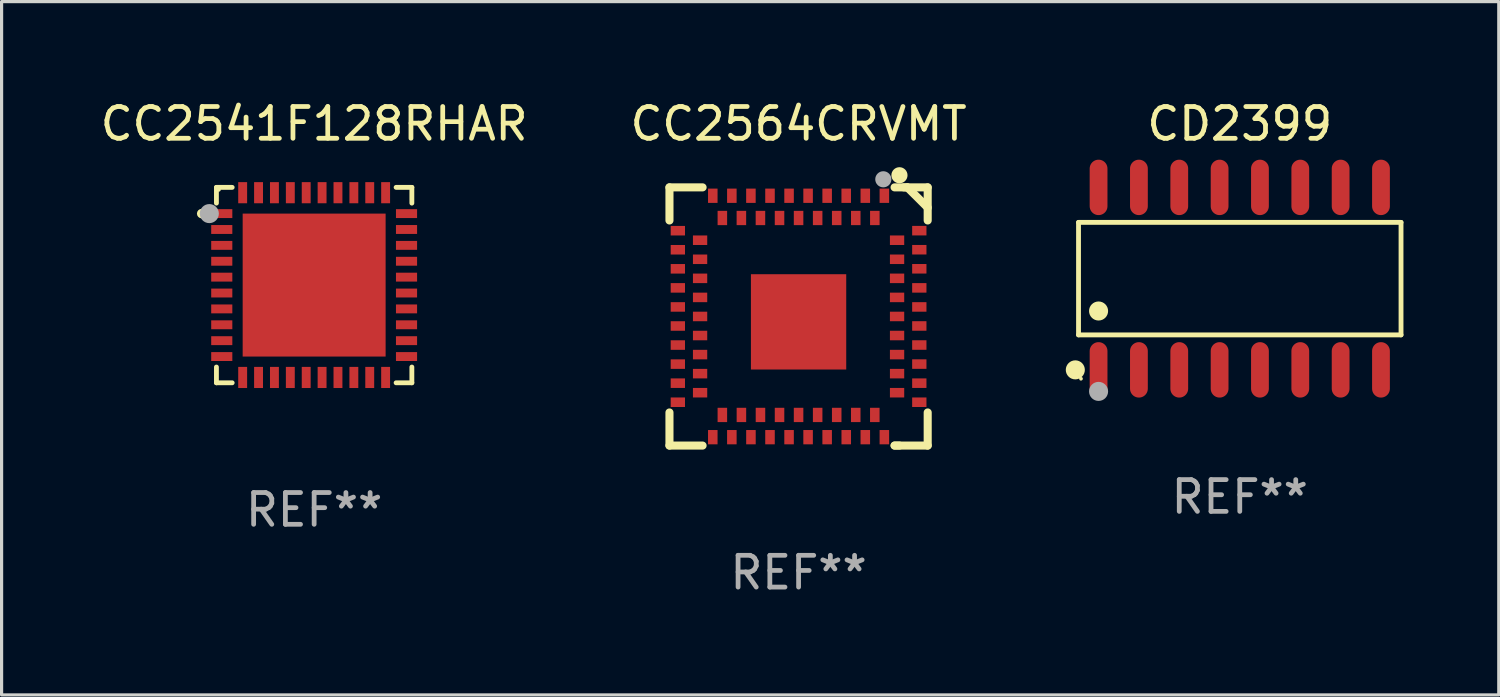
<source format=kicad_pcb>
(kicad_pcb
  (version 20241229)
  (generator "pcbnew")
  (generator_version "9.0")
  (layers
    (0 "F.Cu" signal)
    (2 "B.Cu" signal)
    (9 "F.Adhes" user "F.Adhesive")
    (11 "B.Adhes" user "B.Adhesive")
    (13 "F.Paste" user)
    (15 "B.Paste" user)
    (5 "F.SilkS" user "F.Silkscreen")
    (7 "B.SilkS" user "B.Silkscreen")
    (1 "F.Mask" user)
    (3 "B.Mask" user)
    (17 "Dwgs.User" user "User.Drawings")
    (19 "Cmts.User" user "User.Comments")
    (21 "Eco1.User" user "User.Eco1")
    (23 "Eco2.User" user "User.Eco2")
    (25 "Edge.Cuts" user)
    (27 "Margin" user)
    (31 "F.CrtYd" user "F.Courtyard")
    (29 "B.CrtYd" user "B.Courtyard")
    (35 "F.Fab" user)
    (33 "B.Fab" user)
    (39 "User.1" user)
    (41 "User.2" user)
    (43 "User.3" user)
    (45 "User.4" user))
  (footprint "CC2564CRVMT"
    (layer "F.Cu")
    (at 22.089 6.912)
    (property "Reference" "CC2564CRVMT" (at 0 -6.064 0) (layer "F.SilkS") (effects (font (size 1 1) (thickness 0.15))))
    (attr through_hole)
    (fp_line (start -4.065 -4.064) (end -4.065 -3.022) (stroke (width 0.254) (type solid)) (layer "F.SilkS"))
    (fp_line (start -4.065 3.022) (end -4.065 4.064) (stroke (width 0.254) (type solid)) (layer "F.SilkS"))
    (fp_line (start -4.065 4.064) (end -3.022 4.064) (stroke (width 0.254) (type solid)) (layer "F.SilkS"))
    (fp_line (start -3.022 -4.064) (end -4.065 -4.064) (stroke (width 0.254) (type solid)) (layer "F.SilkS"))
    (fp_line (start 3.022 4.064) (end 3.175 4.064) (stroke (width 0.254) (type solid)) (layer "F.SilkS"))
    (fp_line (start 3.022 4.064) (end 4.064 4.064) (stroke (width 0.254) (type solid)) (layer "F.SilkS"))
    (fp_line (start 3.424 -4.064) (end 3.313 -4.064) (stroke (width 0.254) (type solid)) (layer "F.SilkS"))
    (fp_line (start 4.064 -4.064) (end 3.022 -4.064) (stroke (width 0.254) (type solid)) (layer "F.SilkS"))
    (fp_line (start 4.064 -3.022) (end 4.064 -4.064) (stroke (width 0.254) (type solid)) (layer "F.SilkS"))
    (fp_line (start 4.064 4.064) (end 4.064 3.022) (stroke (width 0.254) (type solid)) (layer "F.SilkS"))
    (fp_line (start 4.065 -3.426) (end 3.424 -4.064) (stroke (width 0.254) (type solid)) (layer "F.SilkS"))
    (fp_circle (center 3.175 -4.445) (end 3.302 -4.445) (stroke (width 0.254) (type solid)) (fill no) (layer "F.SilkS"))
    (fp_circle (center 4 -4) (end 4.03 -4) (stroke (width 0.06) (type solid)) (fill no) (layer "F.SilkS"))
    (fp_circle (center 2.667 -4.318) (end 2.794 -4.318) (stroke (width 0.254) (type solid)) (fill no) (layer "F.Fab"))
    (fp_text user "REF**" (at 0 8.064 0) (layer "F.Fab") (effects (font (size 1 1) (thickness 0.15))))
    (pad "A1" smd rect (at 2.7 -3.8) (size 0.3 0.45) (layers "F.Cu" "F.Mask" "F.Paste"))
    (pad "A2" smd rect (at 2.1 -3.8) (size 0.3 0.45) (layers "F.Cu" "F.Mask" "F.Paste"))
    (pad "A3" smd rect (at 1.499 -3.8) (size 0.3 0.45) (layers "F.Cu" "F.Mask" "F.Paste"))
    (pad "A4" smd rect (at 0.899 -3.8) (size 0.3 0.45) (layers "F.Cu" "F.Mask" "F.Paste"))
    (pad "A5" smd rect (at 0.299 -3.8) (size 0.3 0.45) (layers "F.Cu" "F.Mask" "F.Paste"))
    (pad "A6" smd rect (at -0.3 -3.8) (size 0.3 0.45) (layers "F.Cu" "F.Mask" "F.Paste"))
    (pad "A7" smd rect (at -0.9 -3.8) (size 0.3 0.45) (layers "F.Cu" "F.Mask" "F.Paste"))
    (pad "A8" smd rect (at -1.501 -3.8) (size 0.3 0.45) (layers "F.Cu" "F.Mask" "F.Paste"))
    (pad "A9" smd rect (at -2.101 -3.8) (size 0.3 0.45) (layers "F.Cu" "F.Mask" "F.Paste"))
    (pad "A10" smd rect (at -2.701 -3.8) (size 0.3 0.45) (layers "F.Cu" "F.Mask" "F.Paste"))
    (pad "A11" smd rect (at -3.801 -2.7 90) (size 0.3 0.45) (layers "F.Cu" "F.Mask" "F.Paste"))
    (pad "A12" smd rect (at -3.801 -2.1 90) (size 0.3 0.45) (layers "F.Cu" "F.Mask" "F.Paste"))
    (pad "A13" smd rect (at -3.801 -1.5 90) (size 0.3 0.45) (layers "F.Cu" "F.Mask" "F.Paste"))
    (pad "A14" smd rect (at -3.801 -0.9 90) (size 0.3 0.45) (layers "F.Cu" "F.Mask" "F.Paste"))
    (pad "A15" smd rect (at -3.801 -0.3 90) (size 0.3 0.45) (layers "F.Cu" "F.Mask" "F.Paste"))
    (pad "A16" smd rect (at -3.801 0.3 90) (size 0.3 0.45) (layers "F.Cu" "F.Mask" "F.Paste"))
    (pad "A17" smd rect (at -3.801 0.9 90) (size 0.3 0.45) (layers "F.Cu" "F.Mask" "F.Paste"))
    (pad "A18" smd rect (at -3.801 1.5 90) (size 0.3 0.45) (layers "F.Cu" "F.Mask" "F.Paste"))
    (pad "A19" smd rect (at -3.801 2.1 90) (size 0.3 0.45) (layers "F.Cu" "F.Mask" "F.Paste"))
    (pad "A20" smd rect (at -3.801 2.7 90) (size 0.3 0.45) (layers "F.Cu" "F.Mask" "F.Paste"))
    (pad "A21" smd rect (at -2.701 3.8) (size 0.3 0.45) (layers "F.Cu" "F.Mask" "F.Paste"))
    (pad "A22" smd rect (at -2.101 3.8) (size 0.3 0.45) (layers "F.Cu" "F.Mask" "F.Paste"))
    (pad "A23" smd rect (at -1.5 3.8) (size 0.3 0.45) (layers "F.Cu" "F.Mask" "F.Paste"))
    (pad "A24" smd rect (at -0.9 3.8) (size 0.3 0.45) (layers "F.Cu" "F.Mask" "F.Paste"))
    (pad "A25" smd rect (at -0.3 3.8) (size 0.3 0.45) (layers "F.Cu" "F.Mask" "F.Paste"))
    (pad "A26" smd rect (at 0.299 3.8) (size 0.3 0.45) (layers "F.Cu" "F.Mask" "F.Paste"))
    (pad "A27" smd rect (at 0.899 3.8) (size 0.3 0.45) (layers "F.Cu" "F.Mask" "F.Paste"))
    (pad "A28" smd rect (at 1.5 3.8) (size 0.3 0.45) (layers "F.Cu" "F.Mask" "F.Paste"))
    (pad "A29" smd rect (at 2.1 3.8) (size 0.3 0.45) (layers "F.Cu" "F.Mask" "F.Paste"))
    (pad "A30" smd rect (at 2.7 3.8) (size 0.3 0.45) (layers "F.Cu" "F.Mask" "F.Paste"))
    (pad "A31" smd rect (at 3.8 2.7 90) (size 0.3 0.45) (layers "F.Cu" "F.Mask" "F.Paste"))
    (pad "A32" smd rect (at 3.8 2.1 90) (size 0.3 0.45) (layers "F.Cu" "F.Mask" "F.Paste"))
    (pad "A33" smd rect (at 3.8 1.499 90) (size 0.3 0.45) (layers "F.Cu" "F.Mask" "F.Paste"))
    (pad "A34" smd rect (at 3.8 0.899 90) (size 0.3 0.45) (layers "F.Cu" "F.Mask" "F.Paste"))
    (pad "A35" smd rect (at 3.8 0.299 90) (size 0.3 0.45) (layers "F.Cu" "F.Mask" "F.Paste"))
    (pad "A36" smd rect (at 3.8 -0.3 90) (size 0.3 0.45) (layers "F.Cu" "F.Mask" "F.Paste"))
    (pad "A37" smd rect (at 3.8 -0.9 90) (size 0.3 0.45) (layers "F.Cu" "F.Mask" "F.Paste"))
    (pad "A38" smd rect (at 3.8 -1.501 90) (size 0.3 0.45) (layers "F.Cu" "F.Mask" "F.Paste"))
    (pad "A39" smd rect (at 3.8 -2.101 90) (size 0.3 0.45) (layers "F.Cu" "F.Mask" "F.Paste"))
    (pad "A40" smd rect (at 3.8 -2.701 90) (size 0.3 0.45) (layers "F.Cu" "F.Mask" "F.Paste"))
    (pad "B1" smd rect (at 2.4 -3.1) (size 0.3 0.45) (layers "F.Cu" "F.Mask" "F.Paste"))
    (pad "B2" smd rect (at 1.8 -3.1) (size 0.3 0.45) (layers "F.Cu" "F.Mask" "F.Paste"))
    (pad "B3" smd rect (at 1.2 -3.1) (size 0.3 0.45) (layers "F.Cu" "F.Mask" "F.Paste"))
    (pad "B4" smd rect (at 0.6 -3.1) (size 0.3 0.45) (layers "F.Cu" "F.Mask" "F.Paste"))
    (pad "B5" smd rect (at -0.000495 -3.1) (size 0.3 0.45) (layers "F.Cu" "F.Mask" "F.Paste"))
    (pad "B6" smd rect (at -0.6 -3.1) (size 0.3 0.45) (layers "F.Cu" "F.Mask" "F.Paste"))
    (pad "B7" smd rect (at -1.201 -3.1) (size 0.3 0.45) (layers "F.Cu" "F.Mask" "F.Paste"))
    (pad "B8" smd rect (at -1.801 -3.1) (size 0.3 0.45) (layers "F.Cu" "F.Mask" "F.Paste"))
    (pad "B9" smd rect (at -2.4 -3.1) (size 0.3 0.45) (layers "F.Cu" "F.Mask" "F.Paste"))
    (pad "B10" smd rect (at -3.101 -2.4 90) (size 0.3 0.45) (layers "F.Cu" "F.Mask" "F.Paste"))
    (pad "B11" smd rect (at -3.101 -1.8 90) (size 0.3 0.45) (layers "F.Cu" "F.Mask" "F.Paste"))
    (pad "B12" smd rect (at -3.101 -1.2 90) (size 0.3 0.45) (layers "F.Cu" "F.Mask" "F.Paste"))
    (pad "B13" smd rect (at -3.101 -0.6 90) (size 0.3 0.45) (layers "F.Cu" "F.Mask" "F.Paste"))
    (pad "B14" smd rect (at -3.101 -0.000241 90) (size 0.3 0.45) (layers "F.Cu" "F.Mask" "F.Paste"))
    (pad "B15" smd rect (at -3.101 0.6 90) (size 0.3 0.45) (layers "F.Cu" "F.Mask" "F.Paste"))
    (pad "B16" smd rect (at -3.101 1.2 90) (size 0.3 0.45) (layers "F.Cu" "F.Mask" "F.Paste"))
    (pad "B17" smd rect (at -3.101 1.8 90) (size 0.3 0.45) (layers "F.Cu" "F.Mask" "F.Paste"))
    (pad "B18" smd rect (at -3.101 2.4 90) (size 0.3 0.45) (layers "F.Cu" "F.Mask" "F.Paste"))
    (pad "B19" smd rect (at -2.4 3.1 180) (size 0.3 0.45) (layers "F.Cu" "F.Mask" "F.Paste"))
    (pad "B20" smd rect (at -1.8 3.1 180) (size 0.3 0.45) (layers "F.Cu" "F.Mask" "F.Paste"))
    (pad "B21" smd rect (at -1.2 3.1 180) (size 0.3 0.45) (layers "F.Cu" "F.Mask" "F.Paste"))
    (pad "B22" smd rect (at -0.6 3.1 180) (size 0.3 0.45) (layers "F.Cu" "F.Mask" "F.Paste"))
    (pad "B23" smd rect (at -0.000495 3.1 180) (size 0.3 0.45) (layers "F.Cu" "F.Mask" "F.Paste"))
    (pad "B24" smd rect (at 0.6 3.1 180) (size 0.3 0.45) (layers "F.Cu" "F.Mask" "F.Paste"))
    (pad "B25" smd rect (at 1.2 3.1 180) (size 0.3 0.45) (layers "F.Cu" "F.Mask" "F.Paste"))
    (pad "B26" smd rect (at 1.799 3.1 180) (size 0.3 0.45) (layers "F.Cu" "F.Mask" "F.Paste"))
    (pad "B27" smd rect (at 2.399 3.1 180) (size 0.3 0.45) (layers "F.Cu" "F.Mask" "F.Paste"))
    (pad "B28" smd rect (at 3.1 2.4 270) (size 0.3 0.45) (layers "F.Cu" "F.Mask" "F.Paste"))
    (pad "B29" smd rect (at 3.1 1.8 270) (size 0.3 0.45) (layers "F.Cu" "F.Mask" "F.Paste"))
    (pad "B30" smd rect (at 3.1 1.2 270) (size 0.3 0.45) (layers "F.Cu" "F.Mask" "F.Paste"))
    (pad "B31" smd rect (at 3.1 0.6 270) (size 0.3 0.45) (layers "F.Cu" "F.Mask" "F.Paste"))
    (pad "B32" smd rect (at 3.1 -0.000241 270) (size 0.3 0.45) (layers "F.Cu" "F.Mask" "F.Paste"))
    (pad "B33" smd rect (at 3.1 -0.6 270) (size 0.3 0.45) (layers "F.Cu" "F.Mask" "F.Paste"))
    (pad "B34" smd rect (at 3.1 -1.2 270) (size 0.3 0.45) (layers "F.Cu" "F.Mask" "F.Paste"))
    (pad "B35" smd rect (at 3.1 -1.8 270) (size 0.3 0.45) (layers "F.Cu" "F.Mask" "F.Paste"))
    (pad "B36" smd rect (at 3.1 -2.4 270) (size 0.3 0.45) (layers "F.Cu" "F.Mask" "F.Paste"))
    (pad "B37" smd rect (at -0.000495 0.17) (size 3 3) (layers "F.Cu" "F.Mask" "F.Paste")))
  (footprint "CC2541F128RHAR"
    (layer "F.Cu")
    (at 6.839 5.924)
    (property "Reference" "CC2541F128RHAR" (at 0 -5.076 0) (layer "F.SilkS") (effects (font (size 1 1) (thickness 0.15))))
    (attr through_hole)
    (fp_line (start -3.076 -3.076) (end -3.076 -2.58) (stroke (width 0.152) (type solid)) (layer "F.SilkS"))
    (fp_line (start -3.076 3.076) (end -3.076 2.58) (stroke (width 0.152) (type solid)) (layer "F.SilkS"))
    (fp_line (start -2.58 -3.076) (end -3.076 -3.076) (stroke (width 0.152) (type solid)) (layer "F.SilkS"))
    (fp_line (start -2.58 3.076) (end -3.076 3.076) (stroke (width 0.152) (type solid)) (layer "F.SilkS"))
    (fp_line (start 2.58 -3.076) (end 3.076 -3.076) (stroke (width 0.152) (type solid)) (layer "F.SilkS"))
    (fp_line (start 2.58 3.076) (end 3.076 3.076) (stroke (width 0.152) (type solid)) (layer "F.SilkS"))
    (fp_line (start 3.076 -3.076) (end 3.076 -2.58) (stroke (width 0.152) (type solid)) (layer "F.SilkS"))
    (fp_line (start 3.076 3.076) (end 3.076 2.58) (stroke (width 0.152) (type solid)) (layer "F.SilkS"))
    (fp_circle (center -3.54 -2.25) (end -3.465 -2.25) (stroke (width 0.15) (type solid)) (fill no) (layer "F.SilkS"))
    (fp_circle (center -3 -3) (end -2.97 -3) (stroke (width 0.06) (type solid)) (fill no) (layer "F.SilkS"))
    (fp_circle (center -3.3 -2.25) (end -3.15 -2.25) (stroke (width 0.3) (type solid)) (fill no) (layer "F.Fab"))
    (fp_text user "REF**" (at 0 7.076 0) (layer "F.Fab") (effects (font (size 1 1) (thickness 0.15))))
    (pad "1" smd rect (at -2.908 -2.25) (size 0.665 0.28) (layers "F.Cu" "F.Mask" "F.Paste"))
    (pad "2" smd rect (at -2.908 -1.75) (size 0.665 0.28) (layers "F.Cu" "F.Mask" "F.Paste"))
    (pad "3" smd rect (at -2.908 -1.25) (size 0.665 0.28) (layers "F.Cu" "F.Mask" "F.Paste"))
    (pad "4" smd rect (at -2.908 -0.75) (size 0.665 0.28) (layers "F.Cu" "F.Mask" "F.Paste"))
    (pad "5" smd rect (at -2.908 -0.25) (size 0.665 0.28) (layers "F.Cu" "F.Mask" "F.Paste"))
    (pad "6" smd rect (at -2.908 0.25) (size 0.665 0.28) (layers "F.Cu" "F.Mask" "F.Paste"))
    (pad "7" smd rect (at -2.908 0.75) (size 0.665 0.28) (layers "F.Cu" "F.Mask" "F.Paste"))
    (pad "8" smd rect (at -2.908 1.25) (size 0.665 0.28) (layers "F.Cu" "F.Mask" "F.Paste"))
    (pad "9" smd rect (at -2.908 1.75) (size 0.665 0.28) (layers "F.Cu" "F.Mask" "F.Paste"))
    (pad "10" smd rect (at -2.908 2.25) (size 0.665 0.28) (layers "F.Cu" "F.Mask" "F.Paste"))
    (pad "11" smd rect (at -2.25 2.908) (size 0.28 0.665) (layers "F.Cu" "F.Mask" "F.Paste"))
    (pad "12" smd rect (at -1.75 2.908) (size 0.28 0.665) (layers "F.Cu" "F.Mask" "F.Paste"))
    (pad "13" smd rect (at -1.25 2.908) (size 0.28 0.665) (layers "F.Cu" "F.Mask" "F.Paste"))
    (pad "14" smd rect (at -0.75 2.908) (size 0.28 0.665) (layers "F.Cu" "F.Mask" "F.Paste"))
    (pad "15" smd rect (at -0.25 2.908) (size 0.28 0.665) (layers "F.Cu" "F.Mask" "F.Paste"))
    (pad "16" smd rect (at 0.25 2.908) (size 0.28 0.665) (layers "F.Cu" "F.Mask" "F.Paste"))
    (pad "17" smd rect (at 0.75 2.908) (size 0.28 0.665) (layers "F.Cu" "F.Mask" "F.Paste"))
    (pad "18" smd rect (at 1.25 2.908) (size 0.28 0.665) (layers "F.Cu" "F.Mask" "F.Paste"))
    (pad "19" smd rect (at 1.75 2.908) (size 0.28 0.665) (layers "F.Cu" "F.Mask" "F.Paste"))
    (pad "20" smd rect (at 2.25 2.908) (size 0.28 0.665) (layers "F.Cu" "F.Mask" "F.Paste"))
    (pad "21" smd rect (at 2.908 2.25) (size 0.665 0.28) (layers "F.Cu" "F.Mask" "F.Paste"))
    (pad "22" smd rect (at 2.908 1.75) (size 0.665 0.28) (layers "F.Cu" "F.Mask" "F.Paste"))
    (pad "23" smd rect (at 2.908 1.25) (size 0.665 0.28) (layers "F.Cu" "F.Mask" "F.Paste"))
    (pad "24" smd rect (at 2.908 0.75) (size 0.665 0.28) (layers "F.Cu" "F.Mask" "F.Paste"))
    (pad "25" smd rect (at 2.908 0.25) (size 0.665 0.28) (layers "F.Cu" "F.Mask" "F.Paste"))
    (pad "26" smd rect (at 2.908 -0.25) (size 0.665 0.28) (layers "F.Cu" "F.Mask" "F.Paste"))
    (pad "27" smd rect (at 2.908 -0.75) (size 0.665 0.28) (layers "F.Cu" "F.Mask" "F.Paste"))
    (pad "28" smd rect (at 2.908 -1.25) (size 0.665 0.28) (layers "F.Cu" "F.Mask" "F.Paste"))
    (pad "29" smd rect (at 2.908 -1.75) (size 0.665 0.28) (layers "F.Cu" "F.Mask" "F.Paste"))
    (pad "30" smd rect (at 2.908 -2.25) (size 0.665 0.28) (layers "F.Cu" "F.Mask" "F.Paste"))
    (pad "31" smd rect (at 2.25 -2.908) (size 0.28 0.665) (layers "F.Cu" "F.Mask" "F.Paste"))
    (pad "32" smd rect (at 1.75 -2.908) (size 0.28 0.665) (layers "F.Cu" "F.Mask" "F.Paste"))
    (pad "33" smd rect (at 1.25 -2.908) (size 0.28 0.665) (layers "F.Cu" "F.Mask" "F.Paste"))
    (pad "34" smd rect (at 0.75 -2.908) (size 0.28 0.665) (layers "F.Cu" "F.Mask" "F.Paste"))
    (pad "35" smd rect (at 0.25 -2.908) (size 0.28 0.665) (layers "F.Cu" "F.Mask" "F.Paste"))
    (pad "36" smd rect (at -0.25 -2.908) (size 0.28 0.665) (layers "F.Cu" "F.Mask" "F.Paste"))
    (pad "37" smd rect (at -0.75 -2.908) (size 0.28 0.665) (layers "F.Cu" "F.Mask" "F.Paste"))
    (pad "38" smd rect (at -1.25 -2.908) (size 0.28 0.665) (layers "F.Cu" "F.Mask" "F.Paste"))
    (pad "39" smd rect (at -1.75 -2.908) (size 0.28 0.665) (layers "F.Cu" "F.Mask" "F.Paste"))
    (pad "40" smd rect (at -2.25 -2.908) (size 0.28 0.665) (layers "F.Cu" "F.Mask" "F.Paste"))
    (pad "41" smd rect (at 0 0) (size 4.5 4.5) (layers "F.Cu" "F.Mask" "F.Paste")))
  (footprint "CD2399"
    (layer "F.Cu")
    (at 35.977 5.721)
    (property "Reference" "CD2399" (at 0 -4.872 0) (layer "F.SilkS") (effects (font (size 1 1) (thickness 0.15))))
    (attr through_hole)
    (fp_line (start -5.076 -1.771) (end 5.076 -1.771) (stroke (width 0.152) (type solid)) (layer "F.SilkS"))
    (fp_line (start -5.076 1.771) (end -5.076 -1.771) (stroke (width 0.152) (type solid)) (layer "F.SilkS"))
    (fp_line (start 5.076 -1.771) (end 5.076 1.771) (stroke (width 0.152) (type solid)) (layer "F.SilkS"))
    (fp_line (start 5.076 1.771) (end -5.076 1.771) (stroke (width 0.152) (type solid)) (layer "F.SilkS"))
    (fp_circle (center -5.177 2.872) (end -5.027 2.872) (stroke (width 0.3) (type solid)) (fill no) (layer "F.SilkS"))
    (fp_circle (center -5 3.15) (end -4.97 3.15) (stroke (width 0.06) (type solid)) (fill no) (layer "F.SilkS"))
    (fp_circle (center -4.445 1.019) (end -4.295 1.019) (stroke (width 0.3) (type solid)) (fill no) (layer "F.SilkS"))
    (fp_circle (center -4.445 3.55) (end -4.295 3.55) (stroke (width 0.3) (type solid)) (fill no) (layer "F.Fab"))
    (fp_text user "REF**" (at 0 6.872 0) (layer "F.Fab") (effects (font (size 1 1) (thickness 0.15))))
    (pad "1" smd oval (at -4.445 2.872) (size 0.56 1.745) (layers "F.Cu" "F.Mask" "F.Paste"))
    (pad "2" smd oval (at -3.175 2.872) (size 0.56 1.745) (layers "F.Cu" "F.Mask" "F.Paste"))
    (pad "3" smd oval (at -1.905 2.872) (size 0.56 1.745) (layers "F.Cu" "F.Mask" "F.Paste"))
    (pad "4" smd oval (at -0.635 2.872) (size 0.56 1.745) (layers "F.Cu" "F.Mask" "F.Paste"))
    (pad "5" smd oval (at 0.635 2.872) (size 0.56 1.745) (layers "F.Cu" "F.Mask" "F.Paste"))
    (pad "6" smd oval (at 1.905 2.872) (size 0.56 1.745) (layers "F.Cu" "F.Mask" "F.Paste"))
    (pad "7" smd oval (at 3.175 2.872) (size 0.56 1.745) (layers "F.Cu" "F.Mask" "F.Paste"))
    (pad "8" smd oval (at 4.445 2.872) (size 0.56 1.745) (layers "F.Cu" "F.Mask" "F.Paste"))
    (pad "9" smd oval (at 4.445 -2.872) (size 0.56 1.745) (layers "F.Cu" "F.Mask" "F.Paste"))
    (pad "10" smd oval (at 3.175 -2.872) (size 0.56 1.745) (layers "F.Cu" "F.Mask" "F.Paste"))
    (pad "11" smd oval (at 1.905 -2.872) (size 0.56 1.745) (layers "F.Cu" "F.Mask" "F.Paste"))
    (pad "12" smd oval (at 0.635 -2.872) (size 0.56 1.745) (layers "F.Cu" "F.Mask" "F.Paste"))
    (pad "13" smd oval (at -0.635 -2.872) (size 0.56 1.745) (layers "F.Cu" "F.Mask" "F.Paste"))
    (pad "14" smd oval (at -1.905 -2.872) (size 0.56 1.745) (layers "F.Cu" "F.Mask" "F.Paste"))
    (pad "15" smd oval (at -3.175 -2.872) (size 0.56 1.745) (layers "F.Cu" "F.Mask" "F.Paste"))
    (pad "16" smd oval (at -4.445 -2.872) (size 0.56 1.745) (layers "F.Cu" "F.Mask" "F.Paste")))
  (gr_rect
    (start -3 -3)
    (end 44.13 18.825)
    (stroke (width 0.1) (type default))
    (fill no)
    (layer "Edge.Cuts")))
</source>
